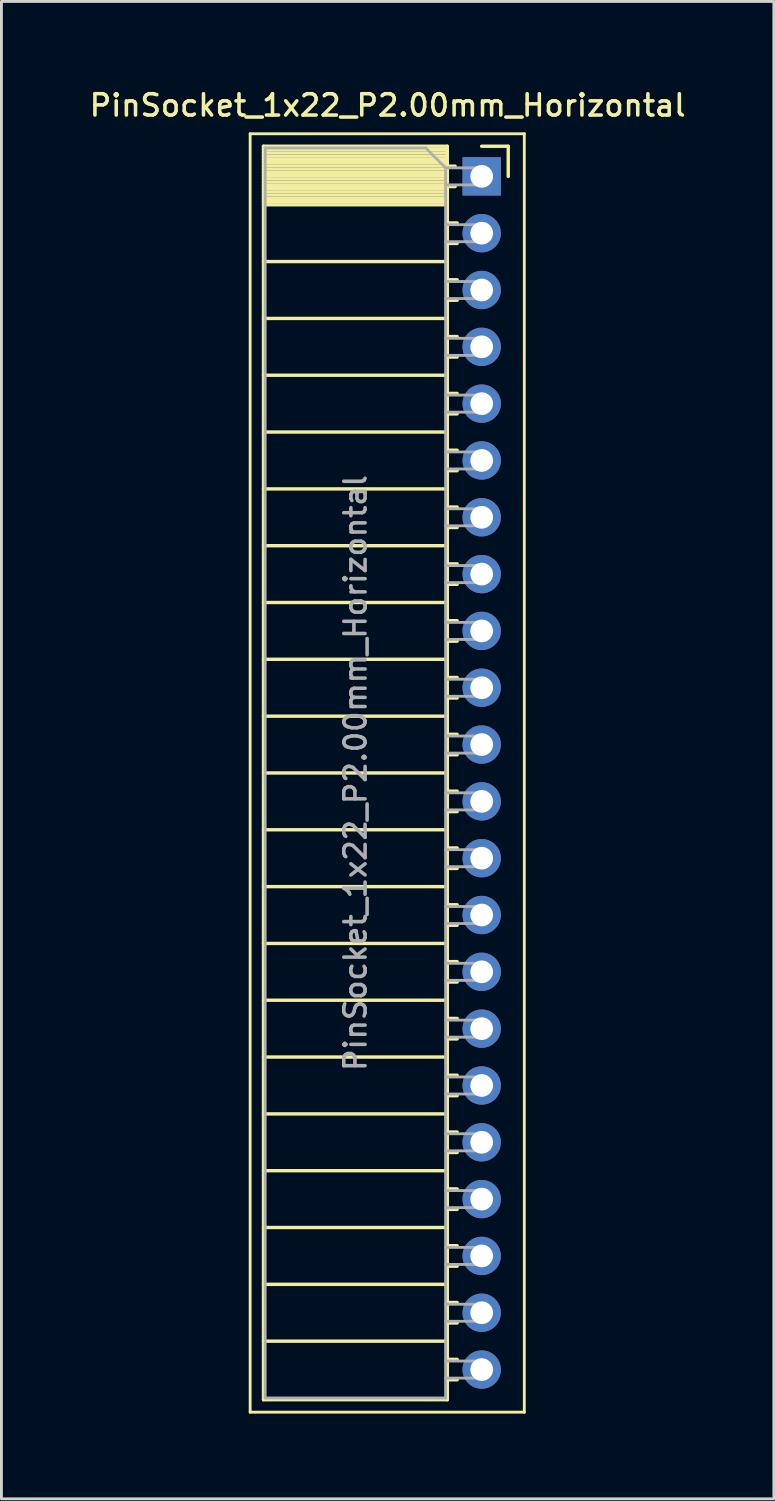
<source format=kicad_pcb>
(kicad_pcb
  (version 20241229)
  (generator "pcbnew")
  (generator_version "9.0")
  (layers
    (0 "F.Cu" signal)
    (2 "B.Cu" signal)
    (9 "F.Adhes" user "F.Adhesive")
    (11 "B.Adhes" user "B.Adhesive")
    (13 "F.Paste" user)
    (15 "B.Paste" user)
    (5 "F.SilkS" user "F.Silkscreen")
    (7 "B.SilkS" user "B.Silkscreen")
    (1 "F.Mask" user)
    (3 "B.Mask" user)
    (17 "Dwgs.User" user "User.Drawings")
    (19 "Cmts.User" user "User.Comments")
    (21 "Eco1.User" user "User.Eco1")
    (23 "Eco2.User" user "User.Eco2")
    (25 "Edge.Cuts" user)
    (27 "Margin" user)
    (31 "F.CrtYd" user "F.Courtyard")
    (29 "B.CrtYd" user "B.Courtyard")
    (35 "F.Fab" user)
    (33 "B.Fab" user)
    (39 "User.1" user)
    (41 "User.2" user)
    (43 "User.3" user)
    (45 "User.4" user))
  (footprint "PinSocket_1x22_P2.00mm_Horizontal"
    (layer "F.Cu")
    (at 13.905 3.158)
    (property "Reference" "PinSocket_1x22_P2.00mm_Horizontal" (at -3.31 -2.5 0) (layer "F.SilkS") (effects (font (size 0.75 0.75) (thickness 0.125))))
    (attr through_hole)
    (fp_line (start -8.15 -1.5) (end -8.15 43.5) (stroke (width 0.1) (type solid)) (layer "F.SilkS"))
    (fp_line (start -8.15 43.5) (end 1.5 43.5) (stroke (width 0.1) (type solid)) (layer "F.SilkS"))
    (fp_line (start -7.68 -1.06) (end -7.68 43.06) (stroke (width 0.12) (type solid)) (layer "F.SilkS"))
    (fp_line (start -7.68 -1.06) (end -1.21 -1.06) (stroke (width 0.12) (type solid)) (layer "F.SilkS"))
    (fp_line (start -7.68 -0.94) (end -1.21 -0.94) (stroke (width 0.12) (type solid)) (layer "F.SilkS"))
    (fp_line (start -7.68 -0.826) (end -1.21 -0.826) (stroke (width 0.12) (type solid)) (layer "F.SilkS"))
    (fp_line (start -7.68 -0.712) (end -1.21 -0.712) (stroke (width 0.12) (type solid)) (layer "F.SilkS"))
    (fp_line (start -7.68 -0.598) (end -1.21 -0.598) (stroke (width 0.12) (type solid)) (layer "F.SilkS"))
    (fp_line (start -7.68 -0.484) (end -1.21 -0.484) (stroke (width 0.12) (type solid)) (layer "F.SilkS"))
    (fp_line (start -7.68 -0.369) (end -1.21 -0.369) (stroke (width 0.12) (type solid)) (layer "F.SilkS"))
    (fp_line (start -7.68 -0.255) (end -1.21 -0.255) (stroke (width 0.12) (type solid)) (layer "F.SilkS"))
    (fp_line (start -7.68 -0.141) (end -1.21 -0.141) (stroke (width 0.12) (type solid)) (layer "F.SilkS"))
    (fp_line (start -7.68 -0.027) (end -1.21 -0.027) (stroke (width 0.12) (type solid)) (layer "F.SilkS"))
    (fp_line (start -7.68 0.087) (end -1.21 0.087) (stroke (width 0.12) (type solid)) (layer "F.SilkS"))
    (fp_line (start -7.68 0.201) (end -1.21 0.201) (stroke (width 0.12) (type solid)) (layer "F.SilkS"))
    (fp_line (start -7.68 0.315) (end -1.21 0.315) (stroke (width 0.12) (type solid)) (layer "F.SilkS"))
    (fp_line (start -7.68 0.429) (end -1.21 0.429) (stroke (width 0.12) (type solid)) (layer "F.SilkS"))
    (fp_line (start -7.68 0.544) (end -1.21 0.544) (stroke (width 0.12) (type solid)) (layer "F.SilkS"))
    (fp_line (start -7.68 0.658) (end -1.21 0.658) (stroke (width 0.12) (type solid)) (layer "F.SilkS"))
    (fp_line (start -7.68 0.772) (end -1.21 0.772) (stroke (width 0.12) (type solid)) (layer "F.SilkS"))
    (fp_line (start -7.68 0.886) (end -1.21 0.886) (stroke (width 0.12) (type solid)) (layer "F.SilkS"))
    (fp_line (start -7.68 1) (end -1.21 1) (stroke (width 0.12) (type solid)) (layer "F.SilkS"))
    (fp_line (start -7.68 3) (end -1.21 3) (stroke (width 0.12) (type solid)) (layer "F.SilkS"))
    (fp_line (start -7.68 5) (end -1.21 5) (stroke (width 0.12) (type solid)) (layer "F.SilkS"))
    (fp_line (start -7.68 7) (end -1.21 7) (stroke (width 0.12) (type solid)) (layer "F.SilkS"))
    (fp_line (start -7.68 9) (end -1.21 9) (stroke (width 0.12) (type solid)) (layer "F.SilkS"))
    (fp_line (start -7.68 11) (end -1.21 11) (stroke (width 0.12) (type solid)) (layer "F.SilkS"))
    (fp_line (start -7.68 13) (end -1.21 13) (stroke (width 0.12) (type solid)) (layer "F.SilkS"))
    (fp_line (start -7.68 15) (end -1.21 15) (stroke (width 0.12) (type solid)) (layer "F.SilkS"))
    (fp_line (start -7.68 17) (end -1.21 17) (stroke (width 0.12) (type solid)) (layer "F.SilkS"))
    (fp_line (start -7.68 19) (end -1.21 19) (stroke (width 0.12) (type solid)) (layer "F.SilkS"))
    (fp_line (start -7.68 21) (end -1.21 21) (stroke (width 0.12) (type solid)) (layer "F.SilkS"))
    (fp_line (start -7.68 23) (end -1.21 23) (stroke (width 0.12) (type solid)) (layer "F.SilkS"))
    (fp_line (start -7.68 25) (end -1.21 25) (stroke (width 0.12) (type solid)) (layer "F.SilkS"))
    (fp_line (start -7.68 27) (end -1.21 27) (stroke (width 0.12) (type solid)) (layer "F.SilkS"))
    (fp_line (start -7.68 29) (end -1.21 29) (stroke (width 0.12) (type solid)) (layer "F.SilkS"))
    (fp_line (start -7.68 31) (end -1.21 31) (stroke (width 0.12) (type solid)) (layer "F.SilkS"))
    (fp_line (start -7.68 33) (end -1.21 33) (stroke (width 0.12) (type solid)) (layer "F.SilkS"))
    (fp_line (start -7.68 35) (end -1.21 35) (stroke (width 0.12) (type solid)) (layer "F.SilkS"))
    (fp_line (start -7.68 37) (end -1.21 37) (stroke (width 0.12) (type solid)) (layer "F.SilkS"))
    (fp_line (start -7.68 39) (end -1.21 39) (stroke (width 0.12) (type solid)) (layer "F.SilkS"))
    (fp_line (start -7.68 41) (end -1.21 41) (stroke (width 0.12) (type solid)) (layer "F.SilkS"))
    (fp_line (start -7.68 43.06) (end -1.21 43.06) (stroke (width 0.12) (type solid)) (layer "F.SilkS"))
    (fp_line (start -1.21 -1.06) (end -1.21 43.06) (stroke (width 0.12) (type solid)) (layer "F.SilkS"))
    (fp_line (start -1.21 -0.36) (end -0.935 -0.36) (stroke (width 0.12) (type solid)) (layer "F.SilkS"))
    (fp_line (start -1.21 0.36) (end -0.935 0.36) (stroke (width 0.12) (type solid)) (layer "F.SilkS"))
    (fp_line (start -1.21 1.64) (end -0.863 1.64) (stroke (width 0.12) (type solid)) (layer "F.SilkS"))
    (fp_line (start -1.21 2.36) (end -0.863 2.36) (stroke (width 0.12) (type solid)) (layer "F.SilkS"))
    (fp_line (start -1.21 3.64) (end -0.863 3.64) (stroke (width 0.12) (type solid)) (layer "F.SilkS"))
    (fp_line (start -1.21 4.36) (end -0.863 4.36) (stroke (width 0.12) (type solid)) (layer "F.SilkS"))
    (fp_line (start -1.21 5.64) (end -0.863 5.64) (stroke (width 0.12) (type solid)) (layer "F.SilkS"))
    (fp_line (start -1.21 6.36) (end -0.863 6.36) (stroke (width 0.12) (type solid)) (layer "F.SilkS"))
    (fp_line (start -1.21 7.64) (end -0.863 7.64) (stroke (width 0.12) (type solid)) (layer "F.SilkS"))
    (fp_line (start -1.21 8.36) (end -0.863 8.36) (stroke (width 0.12) (type solid)) (layer "F.SilkS"))
    (fp_line (start -1.21 9.64) (end -0.863 9.64) (stroke (width 0.12) (type solid)) (layer "F.SilkS"))
    (fp_line (start -1.21 10.36) (end -0.863 10.36) (stroke (width 0.12) (type solid)) (layer "F.SilkS"))
    (fp_line (start -1.21 11.64) (end -0.863 11.64) (stroke (width 0.12) (type solid)) (layer "F.SilkS"))
    (fp_line (start -1.21 12.36) (end -0.863 12.36) (stroke (width 0.12) (type solid)) (layer "F.SilkS"))
    (fp_line (start -1.21 13.64) (end -0.863 13.64) (stroke (width 0.12) (type solid)) (layer "F.SilkS"))
    (fp_line (start -1.21 14.36) (end -0.863 14.36) (stroke (width 0.12) (type solid)) (layer "F.SilkS"))
    (fp_line (start -1.21 15.64) (end -0.863 15.64) (stroke (width 0.12) (type solid)) (layer "F.SilkS"))
    (fp_line (start -1.21 16.36) (end -0.863 16.36) (stroke (width 0.12) (type solid)) (layer "F.SilkS"))
    (fp_line (start -1.21 17.64) (end -0.863 17.64) (stroke (width 0.12) (type solid)) (layer "F.SilkS"))
    (fp_line (start -1.21 18.36) (end -0.863 18.36) (stroke (width 0.12) (type solid)) (layer "F.SilkS"))
    (fp_line (start -1.21 19.64) (end -0.863 19.64) (stroke (width 0.12) (type solid)) (layer "F.SilkS"))
    (fp_line (start -1.21 20.36) (end -0.863 20.36) (stroke (width 0.12) (type solid)) (layer "F.SilkS"))
    (fp_line (start -1.21 21.64) (end -0.863 21.64) (stroke (width 0.12) (type solid)) (layer "F.SilkS"))
    (fp_line (start -1.21 22.36) (end -0.863 22.36) (stroke (width 0.12) (type solid)) (layer "F.SilkS"))
    (fp_line (start -1.21 23.64) (end -0.863 23.64) (stroke (width 0.12) (type solid)) (layer "F.SilkS"))
    (fp_line (start -1.21 24.36) (end -0.863 24.36) (stroke (width 0.12) (type solid)) (layer "F.SilkS"))
    (fp_line (start -1.21 25.64) (end -0.863 25.64) (stroke (width 0.12) (type solid)) (layer "F.SilkS"))
    (fp_line (start -1.21 26.36) (end -0.863 26.36) (stroke (width 0.12) (type solid)) (layer "F.SilkS"))
    (fp_line (start -1.21 27.64) (end -0.863 27.64) (stroke (width 0.12) (type solid)) (layer "F.SilkS"))
    (fp_line (start -1.21 28.36) (end -0.863 28.36) (stroke (width 0.12) (type solid)) (layer "F.SilkS"))
    (fp_line (start -1.21 29.64) (end -0.863 29.64) (stroke (width 0.12) (type solid)) (layer "F.SilkS"))
    (fp_line (start -1.21 30.36) (end -0.863 30.36) (stroke (width 0.12) (type solid)) (layer "F.SilkS"))
    (fp_line (start -1.21 31.64) (end -0.863 31.64) (stroke (width 0.12) (type solid)) (layer "F.SilkS"))
    (fp_line (start -1.21 32.36) (end -0.863 32.36) (stroke (width 0.12) (type solid)) (layer "F.SilkS"))
    (fp_line (start -1.21 33.64) (end -0.863 33.64) (stroke (width 0.12) (type solid)) (layer "F.SilkS"))
    (fp_line (start -1.21 34.36) (end -0.863 34.36) (stroke (width 0.12) (type solid)) (layer "F.SilkS"))
    (fp_line (start -1.21 35.64) (end -0.863 35.64) (stroke (width 0.12) (type solid)) (layer "F.SilkS"))
    (fp_line (start -1.21 36.36) (end -0.863 36.36) (stroke (width 0.12) (type solid)) (layer "F.SilkS"))
    (fp_line (start -1.21 37.64) (end -0.863 37.64) (stroke (width 0.12) (type solid)) (layer "F.SilkS"))
    (fp_line (start -1.21 38.36) (end -0.863 38.36) (stroke (width 0.12) (type solid)) (layer "F.SilkS"))
    (fp_line (start -1.21 39.64) (end -0.863 39.64) (stroke (width 0.12) (type solid)) (layer "F.SilkS"))
    (fp_line (start -1.21 40.36) (end -0.863 40.36) (stroke (width 0.12) (type solid)) (layer "F.SilkS"))
    (fp_line (start -1.21 41.64) (end -0.863 41.64) (stroke (width 0.12) (type solid)) (layer "F.SilkS"))
    (fp_line (start -1.21 42.36) (end -0.863 42.36) (stroke (width 0.12) (type solid)) (layer "F.SilkS"))
    (fp_line (start 0 -1.06) (end 0.935 -1.06) (stroke (width 0.12) (type solid)) (layer "F.SilkS"))
    (fp_line (start 0.935 -1.06) (end 0.935 0) (stroke (width 0.12) (type solid)) (layer "F.SilkS"))
    (fp_line (start 1.5 -1.5) (end -8.15 -1.5) (stroke (width 0.1) (type solid)) (layer "F.SilkS"))
    (fp_line (start 1.5 43.5) (end 1.5 -1.5) (stroke (width 0.1) (type solid)) (layer "F.SilkS"))
    (fp_line (start -7.62 -1) (end -1.97 -1) (stroke (width 0.1) (type solid)) (layer "F.Fab"))
    (fp_line (start -7.62 43) (end -7.62 -1) (stroke (width 0.1) (type solid)) (layer "F.Fab"))
    (fp_line (start -1.97 -1) (end -1.27 -0.3) (stroke (width 0.1) (type solid)) (layer "F.Fab"))
    (fp_line (start -1.27 -0.3) (end -1.27 43) (stroke (width 0.1) (type solid)) (layer "F.Fab"))
    (fp_line (start -1.27 0.3) (end 0 0.3) (stroke (width 0.1) (type solid)) (layer "F.Fab"))
    (fp_line (start -1.27 2.3) (end 0 2.3) (stroke (width 0.1) (type solid)) (layer "F.Fab"))
    (fp_line (start -1.27 4.3) (end 0 4.3) (stroke (width 0.1) (type solid)) (layer "F.Fab"))
    (fp_line (start -1.27 6.3) (end 0 6.3) (stroke (width 0.1) (type solid)) (layer "F.Fab"))
    (fp_line (start -1.27 8.3) (end 0 8.3) (stroke (width 0.1) (type solid)) (layer "F.Fab"))
    (fp_line (start -1.27 10.3) (end 0 10.3) (stroke (width 0.1) (type solid)) (layer "F.Fab"))
    (fp_line (start -1.27 12.3) (end 0 12.3) (stroke (width 0.1) (type solid)) (layer "F.Fab"))
    (fp_line (start -1.27 14.3) (end 0 14.3) (stroke (width 0.1) (type solid)) (layer "F.Fab"))
    (fp_line (start -1.27 16.3) (end 0 16.3) (stroke (width 0.1) (type solid)) (layer "F.Fab"))
    (fp_line (start -1.27 18.3) (end 0 18.3) (stroke (width 0.1) (type solid)) (layer "F.Fab"))
    (fp_line (start -1.27 20.3) (end 0 20.3) (stroke (width 0.1) (type solid)) (layer "F.Fab"))
    (fp_line (start -1.27 22.3) (end 0 22.3) (stroke (width 0.1) (type solid)) (layer "F.Fab"))
    (fp_line (start -1.27 24.3) (end 0 24.3) (stroke (width 0.1) (type solid)) (layer "F.Fab"))
    (fp_line (start -1.27 26.3) (end 0 26.3) (stroke (width 0.1) (type solid)) (layer "F.Fab"))
    (fp_line (start -1.27 28.3) (end 0 28.3) (stroke (width 0.1) (type solid)) (layer "F.Fab"))
    (fp_line (start -1.27 30.3) (end 0 30.3) (stroke (width 0.1) (type solid)) (layer "F.Fab"))
    (fp_line (start -1.27 32.3) (end 0 32.3) (stroke (width 0.1) (type solid)) (layer "F.Fab"))
    (fp_line (start -1.27 34.3) (end 0 34.3) (stroke (width 0.1) (type solid)) (layer "F.Fab"))
    (fp_line (start -1.27 36.3) (end 0 36.3) (stroke (width 0.1) (type solid)) (layer "F.Fab"))
    (fp_line (start -1.27 38.3) (end 0 38.3) (stroke (width 0.1) (type solid)) (layer "F.Fab"))
    (fp_line (start -1.27 40.3) (end 0 40.3) (stroke (width 0.1) (type solid)) (layer "F.Fab"))
    (fp_line (start -1.27 42.3) (end 0 42.3) (stroke (width 0.1) (type solid)) (layer "F.Fab"))
    (fp_line (start -1.27 43) (end -7.62 43) (stroke (width 0.1) (type solid)) (layer "F.Fab"))
    (fp_line (start 0 -0.3) (end -1.27 -0.3) (stroke (width 0.1) (type solid)) (layer "F.Fab"))
    (fp_line (start 0 0.3) (end 0 -0.3) (stroke (width 0.1) (type solid)) (layer "F.Fab"))
    (fp_line (start 0 1.7) (end -1.27 1.7) (stroke (width 0.1) (type solid)) (layer "F.Fab"))
    (fp_line (start 0 2.3) (end 0 1.7) (stroke (width 0.1) (type solid)) (layer "F.Fab"))
    (fp_line (start 0 3.7) (end -1.27 3.7) (stroke (width 0.1) (type solid)) (layer "F.Fab"))
    (fp_line (start 0 4.3) (end 0 3.7) (stroke (width 0.1) (type solid)) (layer "F.Fab"))
    (fp_line (start 0 5.7) (end -1.27 5.7) (stroke (width 0.1) (type solid)) (layer "F.Fab"))
    (fp_line (start 0 6.3) (end 0 5.7) (stroke (width 0.1) (type solid)) (layer "F.Fab"))
    (fp_line (start 0 7.7) (end -1.27 7.7) (stroke (width 0.1) (type solid)) (layer "F.Fab"))
    (fp_line (start 0 8.3) (end 0 7.7) (stroke (width 0.1) (type solid)) (layer "F.Fab"))
    (fp_line (start 0 9.7) (end -1.27 9.7) (stroke (width 0.1) (type solid)) (layer "F.Fab"))
    (fp_line (start 0 10.3) (end 0 9.7) (stroke (width 0.1) (type solid)) (layer "F.Fab"))
    (fp_line (start 0 11.7) (end -1.27 11.7) (stroke (width 0.1) (type solid)) (layer "F.Fab"))
    (fp_line (start 0 12.3) (end 0 11.7) (stroke (width 0.1) (type solid)) (layer "F.Fab"))
    (fp_line (start 0 13.7) (end -1.27 13.7) (stroke (width 0.1) (type solid)) (layer "F.Fab"))
    (fp_line (start 0 14.3) (end 0 13.7) (stroke (width 0.1) (type solid)) (layer "F.Fab"))
    (fp_line (start 0 15.7) (end -1.27 15.7) (stroke (width 0.1) (type solid)) (layer "F.Fab"))
    (fp_line (start 0 16.3) (end 0 15.7) (stroke (width 0.1) (type solid)) (layer "F.Fab"))
    (fp_line (start 0 17.7) (end -1.27 17.7) (stroke (width 0.1) (type solid)) (layer "F.Fab"))
    (fp_line (start 0 18.3) (end 0 17.7) (stroke (width 0.1) (type solid)) (layer "F.Fab"))
    (fp_line (start 0 19.7) (end -1.27 19.7) (stroke (width 0.1) (type solid)) (layer "F.Fab"))
    (fp_line (start 0 20.3) (end 0 19.7) (stroke (width 0.1) (type solid)) (layer "F.Fab"))
    (fp_line (start 0 21.7) (end -1.27 21.7) (stroke (width 0.1) (type solid)) (layer "F.Fab"))
    (fp_line (start 0 22.3) (end 0 21.7) (stroke (width 0.1) (type solid)) (layer "F.Fab"))
    (fp_line (start 0 23.7) (end -1.27 23.7) (stroke (width 0.1) (type solid)) (layer "F.Fab"))
    (fp_line (start 0 24.3) (end 0 23.7) (stroke (width 0.1) (type solid)) (layer "F.Fab"))
    (fp_line (start 0 25.7) (end -1.27 25.7) (stroke (width 0.1) (type solid)) (layer "F.Fab"))
    (fp_line (start 0 26.3) (end 0 25.7) (stroke (width 0.1) (type solid)) (layer "F.Fab"))
    (fp_line (start 0 27.7) (end -1.27 27.7) (stroke (width 0.1) (type solid)) (layer "F.Fab"))
    (fp_line (start 0 28.3) (end 0 27.7) (stroke (width 0.1) (type solid)) (layer "F.Fab"))
    (fp_line (start 0 29.7) (end -1.27 29.7) (stroke (width 0.1) (type solid)) (layer "F.Fab"))
    (fp_line (start 0 30.3) (end 0 29.7) (stroke (width 0.1) (type solid)) (layer "F.Fab"))
    (fp_line (start 0 31.7) (end -1.27 31.7) (stroke (width 0.1) (type solid)) (layer "F.Fab"))
    (fp_line (start 0 32.3) (end 0 31.7) (stroke (width 0.1) (type solid)) (layer "F.Fab"))
    (fp_line (start 0 33.7) (end -1.27 33.7) (stroke (width 0.1) (type solid)) (layer "F.Fab"))
    (fp_line (start 0 34.3) (end 0 33.7) (stroke (width 0.1) (type solid)) (layer "F.Fab"))
    (fp_line (start 0 35.7) (end -1.27 35.7) (stroke (width 0.1) (type solid)) (layer "F.Fab"))
    (fp_line (start 0 36.3) (end 0 35.7) (stroke (width 0.1) (type solid)) (layer "F.Fab"))
    (fp_line (start 0 37.7) (end -1.27 37.7) (stroke (width 0.1) (type solid)) (layer "F.Fab"))
    (fp_line (start 0 38.3) (end 0 37.7) (stroke (width 0.1) (type solid)) (layer "F.Fab"))
    (fp_line (start 0 39.7) (end -1.27 39.7) (stroke (width 0.1) (type solid)) (layer "F.Fab"))
    (fp_line (start 0 40.3) (end 0 39.7) (stroke (width 0.1) (type solid)) (layer "F.Fab"))
    (fp_line (start 0 41.7) (end -1.27 41.7) (stroke (width 0.1) (type solid)) (layer "F.Fab"))
    (fp_line (start 0 42.3) (end 0 41.7) (stroke (width 0.1) (type solid)) (layer "F.Fab"))
    (fp_text user "${REFERENCE}" (at -4.445 21 90) (layer "F.Fab") (effects (font (size 0.75 0.75) (thickness 0.125))))
    (pad "1" thru_hole rect (at 0 0) (size 1.35 1.35) (drill 0.8) (layers "*.Cu" "*.Mask"))
    (pad "2" thru_hole oval (at 0 2) (size 1.35 1.35) (drill 0.8) (layers "*.Cu" "*.Mask"))
    (pad "3" thru_hole oval (at 0 4) (size 1.35 1.35) (drill 0.8) (layers "*.Cu" "*.Mask"))
    (pad "4" thru_hole oval (at 0 6) (size 1.35 1.35) (drill 0.8) (layers "*.Cu" "*.Mask"))
    (pad "5" thru_hole oval (at 0 8) (size 1.35 1.35) (drill 0.8) (layers "*.Cu" "*.Mask"))
    (pad "6" thru_hole oval (at 0 10) (size 1.35 1.35) (drill 0.8) (layers "*.Cu" "*.Mask"))
    (pad "7" thru_hole oval (at 0 12) (size 1.35 1.35) (drill 0.8) (layers "*.Cu" "*.Mask"))
    (pad "8" thru_hole oval (at 0 14) (size 1.35 1.35) (drill 0.8) (layers "*.Cu" "*.Mask"))
    (pad "9" thru_hole oval (at 0 16) (size 1.35 1.35) (drill 0.8) (layers "*.Cu" "*.Mask"))
    (pad "10" thru_hole oval (at 0 18) (size 1.35 1.35) (drill 0.8) (layers "*.Cu" "*.Mask"))
    (pad "11" thru_hole oval (at 0 20) (size 1.35 1.35) (drill 0.8) (layers "*.Cu" "*.Mask"))
    (pad "12" thru_hole oval (at 0 22) (size 1.35 1.35) (drill 0.8) (layers "*.Cu" "*.Mask"))
    (pad "13" thru_hole oval (at 0 24) (size 1.35 1.35) (drill 0.8) (layers "*.Cu" "*.Mask"))
    (pad "14" thru_hole oval (at 0 26) (size 1.35 1.35) (drill 0.8) (layers "*.Cu" "*.Mask"))
    (pad "15" thru_hole oval (at 0 28) (size 1.35 1.35) (drill 0.8) (layers "*.Cu" "*.Mask"))
    (pad "16" thru_hole oval (at 0 30) (size 1.35 1.35) (drill 0.8) (layers "*.Cu" "*.Mask"))
    (pad "17" thru_hole oval (at 0 32) (size 1.35 1.35) (drill 0.8) (layers "*.Cu" "*.Mask"))
    (pad "18" thru_hole oval (at 0 34) (size 1.35 1.35) (drill 0.8) (layers "*.Cu" "*.Mask"))
    (pad "19" thru_hole oval (at 0 36) (size 1.35 1.35) (drill 0.8) (layers "*.Cu" "*.Mask"))
    (pad "20" thru_hole oval (at 0 38) (size 1.35 1.35) (drill 0.8) (layers "*.Cu" "*.Mask"))
    (pad "21" thru_hole oval (at 0 40) (size 1.35 1.35) (drill 0.8) (layers "*.Cu" "*.Mask"))
    (pad "22" thru_hole oval (at 0 42) (size 1.35 1.35) (drill 0.8) (layers "*.Cu" "*.Mask")))
  (gr_rect
    (start -3 -3)
    (end 24.189 49.708)
    (stroke (width 0.1) (type default))
    (fill no)
    (layer "Edge.Cuts")))
</source>
